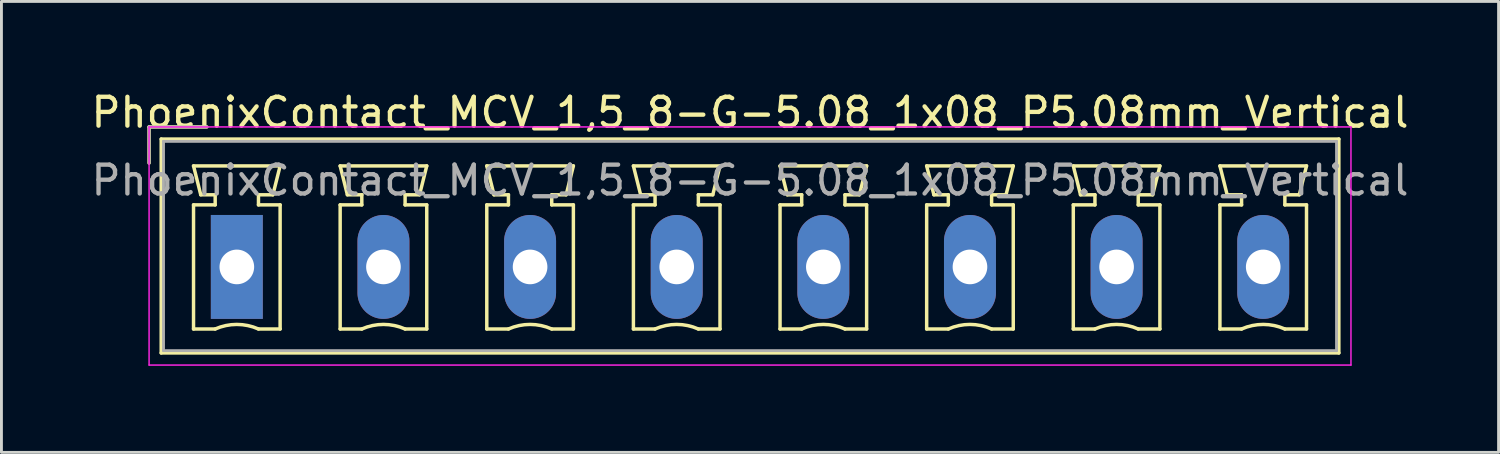
<source format=kicad_pcb>
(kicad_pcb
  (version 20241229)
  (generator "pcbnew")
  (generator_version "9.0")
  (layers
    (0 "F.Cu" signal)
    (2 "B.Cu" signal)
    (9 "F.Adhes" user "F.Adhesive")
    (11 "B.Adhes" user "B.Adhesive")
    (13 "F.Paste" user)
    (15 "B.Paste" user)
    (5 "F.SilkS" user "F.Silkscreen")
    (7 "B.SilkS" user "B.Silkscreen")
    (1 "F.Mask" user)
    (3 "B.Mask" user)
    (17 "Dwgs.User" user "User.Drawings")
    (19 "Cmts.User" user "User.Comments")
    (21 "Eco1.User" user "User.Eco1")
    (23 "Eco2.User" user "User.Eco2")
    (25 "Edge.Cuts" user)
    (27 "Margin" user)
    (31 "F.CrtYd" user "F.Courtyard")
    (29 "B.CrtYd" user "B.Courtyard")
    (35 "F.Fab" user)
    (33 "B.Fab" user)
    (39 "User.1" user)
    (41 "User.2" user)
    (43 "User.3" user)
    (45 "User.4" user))
  (footprint "PhoenixContact_MCV_1,5_8-G-5.08_1x08_P5.08mm_Vertical"
    (layer "F.Cu")
    (at 5.155 6.198)
    (property "Reference" "PhoenixContact_MCV_1,5_8-G-5.08_1x08_P5.08mm_Vertical" (at 17.78 -5.35 0) (layer "F.SilkS") (effects (font (size 1 1) (thickness 0.15))))
    (attr through_hole)
    (fp_line (start -3.04 -4.85) (end -1.04 -4.85) (stroke (width 0.12) (type solid)) (layer "F.SilkS"))
    (fp_line (start -3.04 -3.6) (end -3.04 -4.85) (stroke (width 0.12) (type solid)) (layer "F.SilkS"))
    (fp_line (start -2.62 -4.43) (end -2.62 2.98) (stroke (width 0.12) (type solid)) (layer "F.SilkS"))
    (fp_line (start -2.62 2.98) (end 38.18 2.98) (stroke (width 0.12) (type solid)) (layer "F.SilkS"))
    (fp_line (start -1.5 -3.5) (end 1.5 -3.5) (stroke (width 0.12) (type solid)) (layer "F.SilkS"))
    (fp_line (start -1.5 -2.15) (end -0.75 -2.15) (stroke (width 0.12) (type solid)) (layer "F.SilkS"))
    (fp_line (start -1.5 2.15) (end -1.5 -2.15) (stroke (width 0.12) (type solid)) (layer "F.SilkS"))
    (fp_line (start -1.25 -2.5) (end -1.5 -3.5) (stroke (width 0.12) (type solid)) (layer "F.SilkS"))
    (fp_line (start -0.75 -2.5) (end -1.25 -2.5) (stroke (width 0.12) (type solid)) (layer "F.SilkS"))
    (fp_line (start -0.75 -2.15) (end -0.75 -2.5) (stroke (width 0.12) (type solid)) (layer "F.SilkS"))
    (fp_line (start -0.75 2.15) (end -1.5 2.15) (stroke (width 0.12) (type solid)) (layer "F.SilkS"))
    (fp_line (start 0.75 -2.5) (end 0.75 -2.15) (stroke (width 0.12) (type solid)) (layer "F.SilkS"))
    (fp_line (start 0.75 -2.15) (end 1.5 -2.15) (stroke (width 0.12) (type solid)) (layer "F.SilkS"))
    (fp_line (start 1.25 -2.5) (end 0.75 -2.5) (stroke (width 0.12) (type solid)) (layer "F.SilkS"))
    (fp_line (start 1.5 -3.5) (end 1.25 -2.5) (stroke (width 0.12) (type solid)) (layer "F.SilkS"))
    (fp_line (start 1.5 -2.15) (end 1.5 2.15) (stroke (width 0.12) (type solid)) (layer "F.SilkS"))
    (fp_line (start 1.5 2.15) (end 0.75 2.15) (stroke (width 0.12) (type solid)) (layer "F.SilkS"))
    (fp_line (start 3.58 -3.5) (end 6.58 -3.5) (stroke (width 0.12) (type solid)) (layer "F.SilkS"))
    (fp_line (start 3.58 -2.15) (end 4.33 -2.15) (stroke (width 0.12) (type solid)) (layer "F.SilkS"))
    (fp_line (start 3.58 2.15) (end 3.58 -2.15) (stroke (width 0.12) (type solid)) (layer "F.SilkS"))
    (fp_line (start 3.83 -2.5) (end 3.58 -3.5) (stroke (width 0.12) (type solid)) (layer "F.SilkS"))
    (fp_line (start 4.33 -2.5) (end 3.83 -2.5) (stroke (width 0.12) (type solid)) (layer "F.SilkS"))
    (fp_line (start 4.33 -2.15) (end 4.33 -2.5) (stroke (width 0.12) (type solid)) (layer "F.SilkS"))
    (fp_line (start 4.33 2.15) (end 3.58 2.15) (stroke (width 0.12) (type solid)) (layer "F.SilkS"))
    (fp_line (start 5.83 -2.5) (end 5.83 -2.15) (stroke (width 0.12) (type solid)) (layer "F.SilkS"))
    (fp_line (start 5.83 -2.15) (end 6.58 -2.15) (stroke (width 0.12) (type solid)) (layer "F.SilkS"))
    (fp_line (start 6.33 -2.5) (end 5.83 -2.5) (stroke (width 0.12) (type solid)) (layer "F.SilkS"))
    (fp_line (start 6.58 -3.5) (end 6.33 -2.5) (stroke (width 0.12) (type solid)) (layer "F.SilkS"))
    (fp_line (start 6.58 -2.15) (end 6.58 2.15) (stroke (width 0.12) (type solid)) (layer "F.SilkS"))
    (fp_line (start 6.58 2.15) (end 5.83 2.15) (stroke (width 0.12) (type solid)) (layer "F.SilkS"))
    (fp_line (start 8.66 -3.5) (end 11.66 -3.5) (stroke (width 0.12) (type solid)) (layer "F.SilkS"))
    (fp_line (start 8.66 -2.15) (end 9.41 -2.15) (stroke (width 0.12) (type solid)) (layer "F.SilkS"))
    (fp_line (start 8.66 2.15) (end 8.66 -2.15) (stroke (width 0.12) (type solid)) (layer "F.SilkS"))
    (fp_line (start 8.91 -2.5) (end 8.66 -3.5) (stroke (width 0.12) (type solid)) (layer "F.SilkS"))
    (fp_line (start 9.41 -2.5) (end 8.91 -2.5) (stroke (width 0.12) (type solid)) (layer "F.SilkS"))
    (fp_line (start 9.41 -2.15) (end 9.41 -2.5) (stroke (width 0.12) (type solid)) (layer "F.SilkS"))
    (fp_line (start 9.41 2.15) (end 8.66 2.15) (stroke (width 0.12) (type solid)) (layer "F.SilkS"))
    (fp_line (start 10.91 -2.5) (end 10.91 -2.15) (stroke (width 0.12) (type solid)) (layer "F.SilkS"))
    (fp_line (start 10.91 -2.15) (end 11.66 -2.15) (stroke (width 0.12) (type solid)) (layer "F.SilkS"))
    (fp_line (start 11.41 -2.5) (end 10.91 -2.5) (stroke (width 0.12) (type solid)) (layer "F.SilkS"))
    (fp_line (start 11.66 -3.5) (end 11.41 -2.5) (stroke (width 0.12) (type solid)) (layer "F.SilkS"))
    (fp_line (start 11.66 -2.15) (end 11.66 2.15) (stroke (width 0.12) (type solid)) (layer "F.SilkS"))
    (fp_line (start 11.66 2.15) (end 10.91 2.15) (stroke (width 0.12) (type solid)) (layer "F.SilkS"))
    (fp_line (start 13.74 -3.5) (end 16.74 -3.5) (stroke (width 0.12) (type solid)) (layer "F.SilkS"))
    (fp_line (start 13.74 -2.15) (end 14.49 -2.15) (stroke (width 0.12) (type solid)) (layer "F.SilkS"))
    (fp_line (start 13.74 2.15) (end 13.74 -2.15) (stroke (width 0.12) (type solid)) (layer "F.SilkS"))
    (fp_line (start 13.99 -2.5) (end 13.74 -3.5) (stroke (width 0.12) (type solid)) (layer "F.SilkS"))
    (fp_line (start 14.49 -2.5) (end 13.99 -2.5) (stroke (width 0.12) (type solid)) (layer "F.SilkS"))
    (fp_line (start 14.49 -2.15) (end 14.49 -2.5) (stroke (width 0.12) (type solid)) (layer "F.SilkS"))
    (fp_line (start 14.49 2.15) (end 13.74 2.15) (stroke (width 0.12) (type solid)) (layer "F.SilkS"))
    (fp_line (start 15.99 -2.5) (end 15.99 -2.15) (stroke (width 0.12) (type solid)) (layer "F.SilkS"))
    (fp_line (start 15.99 -2.15) (end 16.74 -2.15) (stroke (width 0.12) (type solid)) (layer "F.SilkS"))
    (fp_line (start 16.49 -2.5) (end 15.99 -2.5) (stroke (width 0.12) (type solid)) (layer "F.SilkS"))
    (fp_line (start 16.74 -3.5) (end 16.49 -2.5) (stroke (width 0.12) (type solid)) (layer "F.SilkS"))
    (fp_line (start 16.74 -2.15) (end 16.74 2.15) (stroke (width 0.12) (type solid)) (layer "F.SilkS"))
    (fp_line (start 16.74 2.15) (end 15.99 2.15) (stroke (width 0.12) (type solid)) (layer "F.SilkS"))
    (fp_line (start 18.82 -3.5) (end 21.82 -3.5) (stroke (width 0.12) (type solid)) (layer "F.SilkS"))
    (fp_line (start 18.82 -2.15) (end 19.57 -2.15) (stroke (width 0.12) (type solid)) (layer "F.SilkS"))
    (fp_line (start 18.82 2.15) (end 18.82 -2.15) (stroke (width 0.12) (type solid)) (layer "F.SilkS"))
    (fp_line (start 19.07 -2.5) (end 18.82 -3.5) (stroke (width 0.12) (type solid)) (layer "F.SilkS"))
    (fp_line (start 19.57 -2.5) (end 19.07 -2.5) (stroke (width 0.12) (type solid)) (layer "F.SilkS"))
    (fp_line (start 19.57 -2.15) (end 19.57 -2.5) (stroke (width 0.12) (type solid)) (layer "F.SilkS"))
    (fp_line (start 19.57 2.15) (end 18.82 2.15) (stroke (width 0.12) (type solid)) (layer "F.SilkS"))
    (fp_line (start 21.07 -2.5) (end 21.07 -2.15) (stroke (width 0.12) (type solid)) (layer "F.SilkS"))
    (fp_line (start 21.07 -2.15) (end 21.82 -2.15) (stroke (width 0.12) (type solid)) (layer "F.SilkS"))
    (fp_line (start 21.57 -2.5) (end 21.07 -2.5) (stroke (width 0.12) (type solid)) (layer "F.SilkS"))
    (fp_line (start 21.82 -3.5) (end 21.57 -2.5) (stroke (width 0.12) (type solid)) (layer "F.SilkS"))
    (fp_line (start 21.82 -2.15) (end 21.82 2.15) (stroke (width 0.12) (type solid)) (layer "F.SilkS"))
    (fp_line (start 21.82 2.15) (end 21.07 2.15) (stroke (width 0.12) (type solid)) (layer "F.SilkS"))
    (fp_line (start 23.9 -3.5) (end 26.9 -3.5) (stroke (width 0.12) (type solid)) (layer "F.SilkS"))
    (fp_line (start 23.9 -2.15) (end 24.65 -2.15) (stroke (width 0.12) (type solid)) (layer "F.SilkS"))
    (fp_line (start 23.9 2.15) (end 23.9 -2.15) (stroke (width 0.12) (type solid)) (layer "F.SilkS"))
    (fp_line (start 24.15 -2.5) (end 23.9 -3.5) (stroke (width 0.12) (type solid)) (layer "F.SilkS"))
    (fp_line (start 24.65 -2.5) (end 24.15 -2.5) (stroke (width 0.12) (type solid)) (layer "F.SilkS"))
    (fp_line (start 24.65 -2.15) (end 24.65 -2.5) (stroke (width 0.12) (type solid)) (layer "F.SilkS"))
    (fp_line (start 24.65 2.15) (end 23.9 2.15) (stroke (width 0.12) (type solid)) (layer "F.SilkS"))
    (fp_line (start 26.15 -2.5) (end 26.15 -2.15) (stroke (width 0.12) (type solid)) (layer "F.SilkS"))
    (fp_line (start 26.15 -2.15) (end 26.9 -2.15) (stroke (width 0.12) (type solid)) (layer "F.SilkS"))
    (fp_line (start 26.65 -2.5) (end 26.15 -2.5) (stroke (width 0.12) (type solid)) (layer "F.SilkS"))
    (fp_line (start 26.9 -3.5) (end 26.65 -2.5) (stroke (width 0.12) (type solid)) (layer "F.SilkS"))
    (fp_line (start 26.9 -2.15) (end 26.9 2.15) (stroke (width 0.12) (type solid)) (layer "F.SilkS"))
    (fp_line (start 26.9 2.15) (end 26.15 2.15) (stroke (width 0.12) (type solid)) (layer "F.SilkS"))
    (fp_line (start 28.98 -3.5) (end 31.98 -3.5) (stroke (width 0.12) (type solid)) (layer "F.SilkS"))
    (fp_line (start 28.98 -2.15) (end 29.73 -2.15) (stroke (width 0.12) (type solid)) (layer "F.SilkS"))
    (fp_line (start 28.98 2.15) (end 28.98 -2.15) (stroke (width 0.12) (type solid)) (layer "F.SilkS"))
    (fp_line (start 29.23 -2.5) (end 28.98 -3.5) (stroke (width 0.12) (type solid)) (layer "F.SilkS"))
    (fp_line (start 29.73 -2.5) (end 29.23 -2.5) (stroke (width 0.12) (type solid)) (layer "F.SilkS"))
    (fp_line (start 29.73 -2.15) (end 29.73 -2.5) (stroke (width 0.12) (type solid)) (layer "F.SilkS"))
    (fp_line (start 29.73 2.15) (end 28.98 2.15) (stroke (width 0.12) (type solid)) (layer "F.SilkS"))
    (fp_line (start 31.23 -2.5) (end 31.23 -2.15) (stroke (width 0.12) (type solid)) (layer "F.SilkS"))
    (fp_line (start 31.23 -2.15) (end 31.98 -2.15) (stroke (width 0.12) (type solid)) (layer "F.SilkS"))
    (fp_line (start 31.73 -2.5) (end 31.23 -2.5) (stroke (width 0.12) (type solid)) (layer "F.SilkS"))
    (fp_line (start 31.98 -3.5) (end 31.73 -2.5) (stroke (width 0.12) (type solid)) (layer "F.SilkS"))
    (fp_line (start 31.98 -2.15) (end 31.98 2.15) (stroke (width 0.12) (type solid)) (layer "F.SilkS"))
    (fp_line (start 31.98 2.15) (end 31.23 2.15) (stroke (width 0.12) (type solid)) (layer "F.SilkS"))
    (fp_line (start 34.06 -3.5) (end 37.06 -3.5) (stroke (width 0.12) (type solid)) (layer "F.SilkS"))
    (fp_line (start 34.06 -2.15) (end 34.81 -2.15) (stroke (width 0.12) (type solid)) (layer "F.SilkS"))
    (fp_line (start 34.06 2.15) (end 34.06 -2.15) (stroke (width 0.12) (type solid)) (layer "F.SilkS"))
    (fp_line (start 34.31 -2.5) (end 34.06 -3.5) (stroke (width 0.12) (type solid)) (layer "F.SilkS"))
    (fp_line (start 34.81 -2.5) (end 34.31 -2.5) (stroke (width 0.12) (type solid)) (layer "F.SilkS"))
    (fp_line (start 34.81 -2.15) (end 34.81 -2.5) (stroke (width 0.12) (type solid)) (layer "F.SilkS"))
    (fp_line (start 34.81 2.15) (end 34.06 2.15) (stroke (width 0.12) (type solid)) (layer "F.SilkS"))
    (fp_line (start 36.31 -2.5) (end 36.31 -2.15) (stroke (width 0.12) (type solid)) (layer "F.SilkS"))
    (fp_line (start 36.31 -2.15) (end 37.06 -2.15) (stroke (width 0.12) (type solid)) (layer "F.SilkS"))
    (fp_line (start 36.81 -2.5) (end 36.31 -2.5) (stroke (width 0.12) (type solid)) (layer "F.SilkS"))
    (fp_line (start 37.06 -3.5) (end 36.81 -2.5) (stroke (width 0.12) (type solid)) (layer "F.SilkS"))
    (fp_line (start 37.06 -2.15) (end 37.06 2.15) (stroke (width 0.12) (type solid)) (layer "F.SilkS"))
    (fp_line (start 37.06 2.15) (end 36.31 2.15) (stroke (width 0.12) (type solid)) (layer "F.SilkS"))
    (fp_line (start 38.18 -4.43) (end -2.62 -4.43) (stroke (width 0.12) (type solid)) (layer "F.SilkS"))
    (fp_line (start 38.18 2.98) (end 38.18 -4.43) (stroke (width 0.12) (type solid)) (layer "F.SilkS"))
    (fp_arc (start -0.75 2.15) (mid -0.000193 1.99191) (end 0.749647 2.149844) (stroke (width 0.12) (type solid)) (layer "F.SilkS"))
    (fp_arc (start 4.33 2.15) (mid 5.079807 1.99191) (end 5.829647 2.149844) (stroke (width 0.12) (type solid)) (layer "F.SilkS"))
    (fp_arc (start 9.41 2.15) (mid 10.159807 1.99191) (end 10.909647 2.149844) (stroke (width 0.12) (type solid)) (layer "F.SilkS"))
    (fp_arc (start 14.49 2.15) (mid 15.239807 1.99191) (end 15.989647 2.149844) (stroke (width 0.12) (type solid)) (layer "F.SilkS"))
    (fp_arc (start 19.57 2.15) (mid 20.319807 1.99191) (end 21.069647 2.149844) (stroke (width 0.12) (type solid)) (layer "F.SilkS"))
    (fp_arc (start 24.65 2.15) (mid 25.399807 1.99191) (end 26.149647 2.149844) (stroke (width 0.12) (type solid)) (layer "F.SilkS"))
    (fp_arc (start 29.73 2.15) (mid 30.479807 1.99191) (end 31.229647 2.149844) (stroke (width 0.12) (type solid)) (layer "F.SilkS"))
    (fp_arc (start 34.81 2.15) (mid 35.559807 1.99191) (end 36.309647 2.149844) (stroke (width 0.12) (type solid)) (layer "F.SilkS"))
    (fp_line (start -3.04 -4.85) (end -3.04 3.4) (stroke (width 0.05) (type solid)) (layer "F.CrtYd"))
    (fp_line (start -3.04 3.4) (end 38.6 3.4) (stroke (width 0.05) (type solid)) (layer "F.CrtYd"))
    (fp_line (start 38.6 -4.85) (end -3.04 -4.85) (stroke (width 0.05) (type solid)) (layer "F.CrtYd"))
    (fp_line (start 38.6 3.4) (end 38.6 -4.85) (stroke (width 0.05) (type solid)) (layer "F.CrtYd"))
    (fp_line (start -3.04 -4.85) (end -1.04 -4.85) (stroke (width 0.1) (type solid)) (layer "F.Fab"))
    (fp_line (start -3.04 -3.6) (end -3.04 -4.85) (stroke (width 0.1) (type solid)) (layer "F.Fab"))
    (fp_line (start -2.54 -4.35) (end -2.54 2.9) (stroke (width 0.1) (type solid)) (layer "F.Fab"))
    (fp_line (start -2.54 2.9) (end 38.1 2.9) (stroke (width 0.1) (type solid)) (layer "F.Fab"))
    (fp_line (start 38.1 -4.35) (end -2.54 -4.35) (stroke (width 0.1) (type solid)) (layer "F.Fab"))
    (fp_line (start 38.1 2.9) (end 38.1 -4.35) (stroke (width 0.1) (type solid)) (layer "F.Fab"))
    (fp_text user "${REFERENCE}" (at 17.78 -3 0) (layer "F.Fab") (effects (font (size 1 1) (thickness 0.15))))
    (pad "1" thru_hole rect (at 0 0) (size 1.8 3.6) (drill 1.2) (layers "*.Cu" "*.Mask"))
    (pad "2" thru_hole oval (at 5.08 0) (size 1.8 3.6) (drill 1.2) (layers "*.Cu" "*.Mask"))
    (pad "3" thru_hole oval (at 10.16 0) (size 1.8 3.6) (drill 1.2) (layers "*.Cu" "*.Mask"))
    (pad "4" thru_hole oval (at 15.24 0) (size 1.8 3.6) (drill 1.2) (layers "*.Cu" "*.Mask"))
    (pad "5" thru_hole oval (at 20.32 0) (size 1.8 3.6) (drill 1.2) (layers "*.Cu" "*.Mask"))
    (pad "6" thru_hole oval (at 25.4 0) (size 1.8 3.6) (drill 1.2) (layers "*.Cu" "*.Mask"))
    (pad "7" thru_hole oval (at 30.48 0) (size 1.8 3.6) (drill 1.2) (layers "*.Cu" "*.Mask"))
    (pad "8" thru_hole oval (at 35.56 0) (size 1.8 3.6) (drill 1.2) (layers "*.Cu" "*.Mask")))
  (gr_rect
    (start -3 -3)
    (end 48.869 12.623)
    (stroke (width 0.1) (type default))
    (fill no)
    (layer "Edge.Cuts")))
</source>
